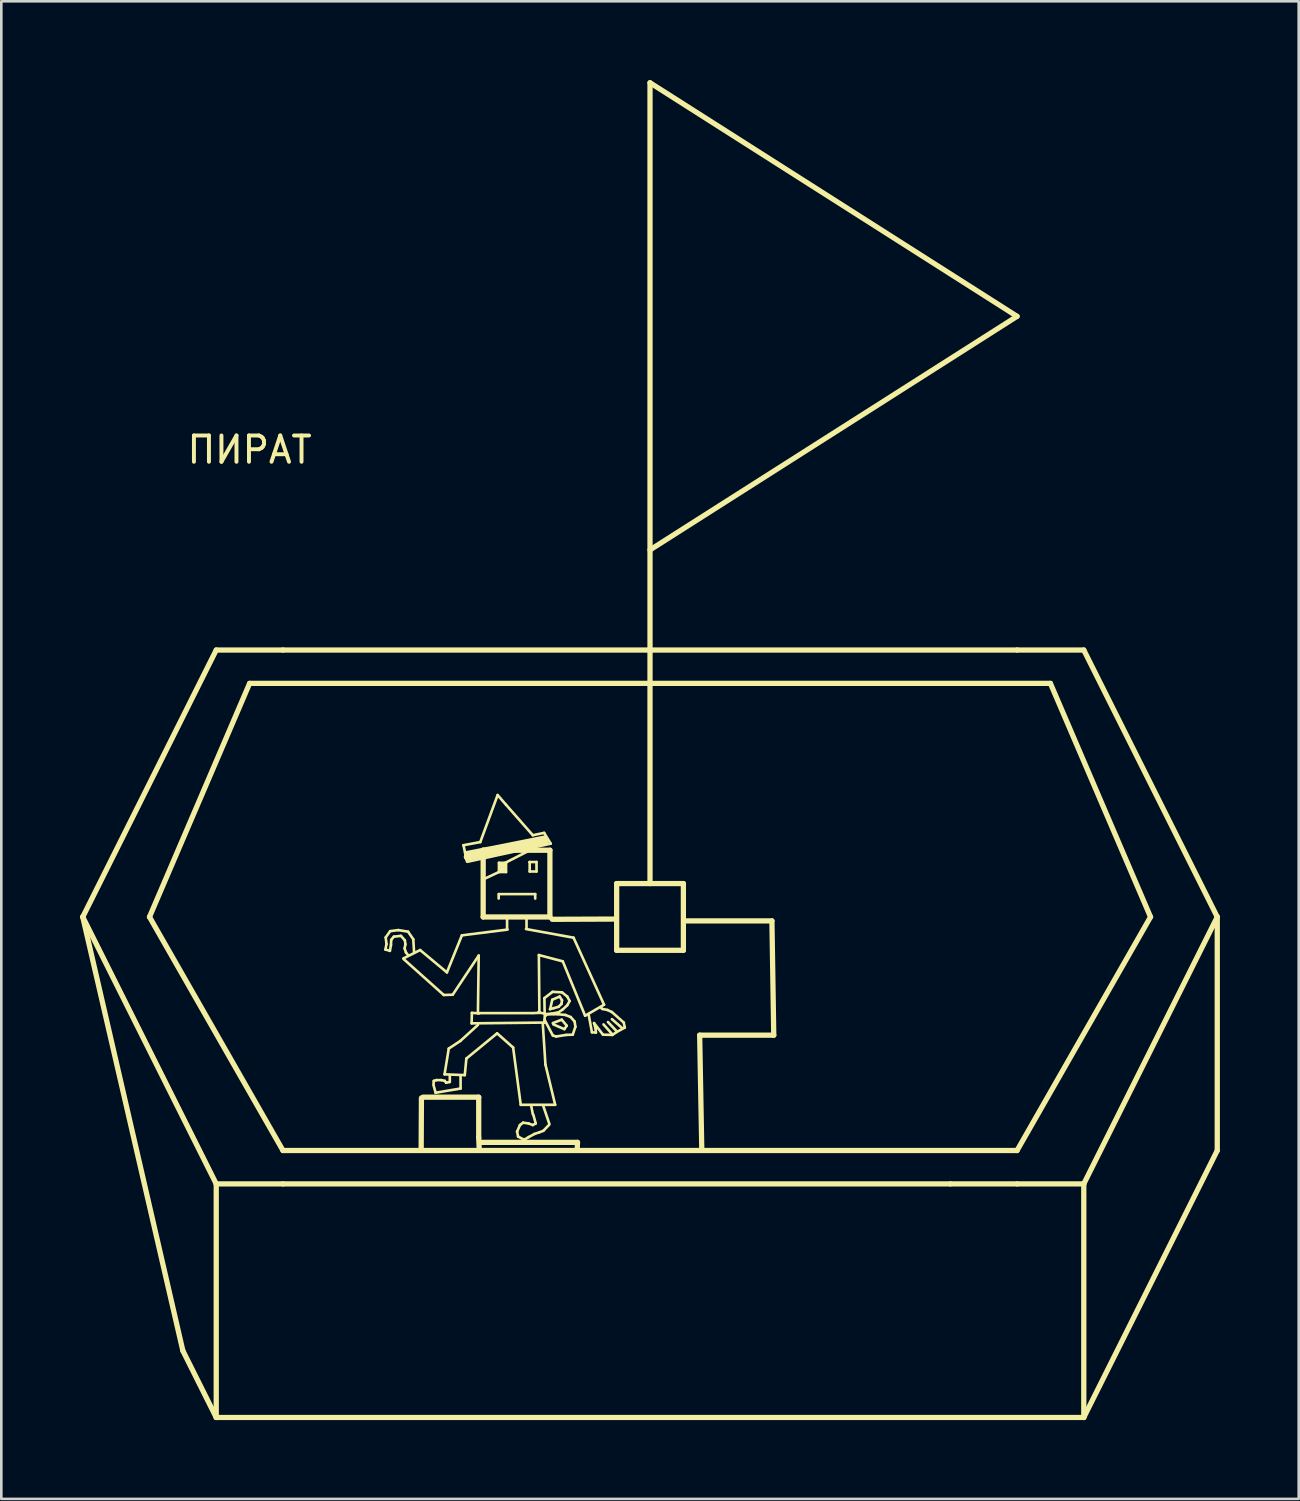
<source format=kicad_pcb>
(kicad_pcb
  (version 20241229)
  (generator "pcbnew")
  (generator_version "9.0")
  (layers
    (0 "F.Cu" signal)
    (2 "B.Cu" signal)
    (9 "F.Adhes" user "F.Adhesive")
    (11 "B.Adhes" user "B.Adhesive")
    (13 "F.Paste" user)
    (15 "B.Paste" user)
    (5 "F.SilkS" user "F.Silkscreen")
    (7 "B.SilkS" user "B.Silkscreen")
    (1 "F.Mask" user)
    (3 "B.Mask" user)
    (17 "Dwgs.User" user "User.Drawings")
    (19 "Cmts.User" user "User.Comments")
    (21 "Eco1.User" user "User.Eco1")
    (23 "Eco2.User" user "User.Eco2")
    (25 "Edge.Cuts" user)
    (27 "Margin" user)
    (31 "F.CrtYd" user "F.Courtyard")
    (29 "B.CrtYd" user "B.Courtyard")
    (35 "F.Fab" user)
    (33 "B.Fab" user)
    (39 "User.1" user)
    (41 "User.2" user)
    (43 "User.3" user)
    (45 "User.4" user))
  (footprint "ПИРАТ"
    (layer "F.Cu")
    (at 11.53 24.23)
    (property "Reference" "ПИРАТ" (at -5.08 -10.16 0) (layer "F.SilkS") (effects (font (size 1 1) (thickness 0.15))))
    (attr through_hole)
    (fp_line (start -11.43 7.62) (end -7.62 24.13) (stroke (width 0.2) (type solid)) (layer "F.SilkS"))
    (fp_line (start -11.43 7.62) (end -6.35 -2.54) (stroke (width 0.2) (type solid)) (layer "F.SilkS"))
    (fp_line (start -11.43 7.62) (end -6.35 17.78) (stroke (width 0.2) (type solid)) (layer "F.SilkS"))
    (fp_line (start -8.89 7.62) (end -5.08 -1.27) (stroke (width 0.2) (type solid)) (layer "F.SilkS"))
    (fp_line (start -7.62 24.13) (end -6.35 26.67) (stroke (width 0.2) (type solid)) (layer "F.SilkS"))
    (fp_line (start -6.35 17.78) (end -3.81 17.78) (stroke (width 0.2) (type solid)) (layer "F.SilkS"))
    (fp_line (start -6.35 26.67) (end -6.35 17.78) (stroke (width 0.2) (type solid)) (layer "F.SilkS"))
    (fp_line (start -6.35 26.67) (end 26.67 26.67) (stroke (width 0.2) (type solid)) (layer "F.SilkS"))
    (fp_line (start -5.08 -1.27) (end 25.4 -1.27) (stroke (width 0.2) (type solid)) (layer "F.SilkS"))
    (fp_line (start -3.81 -2.54) (end -6.35 -2.54) (stroke (width 0.2) (type solid)) (layer "F.SilkS"))
    (fp_line (start -3.81 16.51) (end -8.89 7.62) (stroke (width 0.2) (type solid)) (layer "F.SilkS"))
    (fp_line (start 0.09 8.86) (end 0.26 8.91) (stroke (width 0.1) (type solid)) (layer "F.SilkS"))
    (fp_line (start 0.1 8.4) (end 0.13 8.65) (stroke (width 0.1) (type solid)) (layer "F.SilkS"))
    (fp_line (start 0.13 8.65) (end 0.09 8.86) (stroke (width 0.1) (type solid)) (layer "F.SilkS"))
    (fp_line (start 0.26 8.91) (end 0.3 8.69) (stroke (width 0.1) (type solid)) (layer "F.SilkS"))
    (fp_line (start 0.27 8.16) (end 0.1 8.4) (stroke (width 0.1) (type solid)) (layer "F.SilkS"))
    (fp_line (start 0.3 8.69) (end 0.31 8.49) (stroke (width 0.1) (type solid)) (layer "F.SilkS"))
    (fp_line (start 0.31 8.49) (end 0.41 8.37) (stroke (width 0.1) (type solid)) (layer "F.SilkS"))
    (fp_line (start 0.41 8.37) (end 0.68 8.34) (stroke (width 0.1) (type solid)) (layer "F.SilkS"))
    (fp_line (start 0.58 8.12) (end 0.27 8.16) (stroke (width 0.1) (type solid)) (layer "F.SilkS"))
    (fp_line (start 0.68 8.34) (end 0.83 8.51) (stroke (width 0.1) (type solid)) (layer "F.SilkS"))
    (fp_line (start 0.79 9.23) (end 2.31 10.59) (stroke (width 0.1) (type solid)) (layer "F.SilkS"))
    (fp_line (start 0.82 8.82) (end 0.87 8.97) (stroke (width 0.1) (type solid)) (layer "F.SilkS"))
    (fp_line (start 0.83 8.51) (end 0.85 8.66) (stroke (width 0.1) (type solid)) (layer "F.SilkS"))
    (fp_line (start 0.85 8.66) (end 0.82 8.82) (stroke (width 0.1) (type solid)) (layer "F.SilkS"))
    (fp_line (start 0.87 8.97) (end 0.95 9.07) (stroke (width 0.1) (type solid)) (layer "F.SilkS"))
    (fp_line (start 0.95 8.18) (end 0.58 8.12) (stroke (width 0.1) (type solid)) (layer "F.SilkS"))
    (fp_line (start 1.15 8.47) (end 0.95 8.18) (stroke (width 0.1) (type solid)) (layer "F.SilkS"))
    (fp_line (start 1.18 8.97) (end 1.15 8.47) (stroke (width 0.1) (type solid)) (layer "F.SilkS"))
    (fp_line (start 1.41 8.88) (end 0.77 9.2) (stroke (width 0.1) (type solid)) (layer "F.SilkS"))
    (fp_line (start 1.46 14.51) (end 1.45 16.48) (stroke (width 0.2) (type solid)) (layer "F.SilkS"))
    (fp_line (start 1.52 14.48) (end 3.64 14.48) (stroke (width 0.2) (type solid)) (layer "F.SilkS"))
    (fp_line (start 1.92 13.98) (end 1.93 13.86) (stroke (width 0.1) (type solid)) (layer "F.SilkS"))
    (fp_line (start 1.93 13.86) (end 2.03 13.83) (stroke (width 0.1) (type solid)) (layer "F.SilkS"))
    (fp_line (start 2 14.31) (end 1.92 14.02) (stroke (width 0.1) (type solid)) (layer "F.SilkS"))
    (fp_line (start 2.03 13.83) (end 2.22 13.83) (stroke (width 0.1) (type solid)) (layer "F.SilkS"))
    (fp_line (start 2.22 13.83) (end 2.35 13.86) (stroke (width 0.1) (type solid)) (layer "F.SilkS"))
    (fp_line (start 2.31 10.59) (end 2.65 10.58) (stroke (width 0.1) (type solid)) (layer "F.SilkS"))
    (fp_line (start 2.34 13.61) (end 3.11 13.64) (stroke (width 0.1) (type solid)) (layer "F.SilkS"))
    (fp_line (start 2.35 13.86) (end 2.4 13.93) (stroke (width 0.1) (type solid)) (layer "F.SilkS"))
    (fp_line (start 2.4 13.93) (end 2.54 13.9) (stroke (width 0.1) (type solid)) (layer "F.SilkS"))
    (fp_line (start 2.43 9.73) (end 1.41 8.88) (stroke (width 0.1) (type solid)) (layer "F.SilkS"))
    (fp_line (start 2.5 12.63) (end 2.34 13.61) (stroke (width 0.1) (type solid)) (layer "F.SilkS"))
    (fp_line (start 2.54 13.9) (end 2.54 13.67) (stroke (width 0.1) (type solid)) (layer "F.SilkS"))
    (fp_line (start 2.65 10.58) (end 3.64 9.09) (stroke (width 0.1) (type solid)) (layer "F.SilkS"))
    (fp_line (start 2.94 12.34) (end 2.5 12.63) (stroke (width 0.1) (type solid)) (layer "F.SilkS"))
    (fp_line (start 2.95 13.68) (end 2.95 14.15) (stroke (width 0.1) (type solid)) (layer "F.SilkS"))
    (fp_line (start 2.95 14.15) (end 2 14.31) (stroke (width 0.1) (type solid)) (layer "F.SilkS"))
    (fp_line (start 3 8.32) (end 2.43 9.73) (stroke (width 0.1) (type solid)) (layer "F.SilkS"))
    (fp_line (start 3.06 4.89) (end 3.19 5.5) (stroke (width 0.1) (type solid)) (layer "F.SilkS"))
    (fp_line (start 3.11 13.64) (end 3.17 13.01) (stroke (width 0.1) (type solid)) (layer "F.SilkS"))
    (fp_line (start 3.12 5.17) (end 6.18 4.56) (stroke (width 0.1) (type solid)) (layer "F.SilkS"))
    (fp_line (start 3.17 13.01) (end 4.34 12.05) (stroke (width 0.1) (type solid)) (layer "F.SilkS"))
    (fp_line (start 3.21 5.52) (end 6.38 4.83) (stroke (width 0.1) (type solid)) (layer "F.SilkS"))
    (fp_line (start 3.22 5.33) (end 6.17 4.71) (stroke (width 0.3) (type solid)) (layer "F.SilkS"))
    (fp_line (start 3.37 11.67) (end 6.14 11.64) (stroke (width 0.1) (type solid)) (layer "F.SilkS"))
    (fp_line (start 3.38 11.27) (end 3.37 11.67) (stroke (width 0.1) (type solid)) (layer "F.SilkS"))
    (fp_line (start 3.61 11.28) (end 5.67 11.28) (stroke (width 0.1) (type solid)) (layer "F.SilkS"))
    (fp_line (start 3.61 11.73) (end 2.94 12.34) (stroke (width 0.1) (type solid)) (layer "F.SilkS"))
    (fp_line (start 3.64 9.09) (end 3.61 11.28) (stroke (width 0.1) (type solid)) (layer "F.SilkS"))
    (fp_line (start 3.64 14.48) (end 3.64 16.02) (stroke (width 0.2) (type solid)) (layer "F.SilkS"))
    (fp_line (start 3.64 16.02) (end 3.66 16.46) (stroke (width 0.2) (type solid)) (layer "F.SilkS"))
    (fp_line (start 3.66 11.29) (end 3.38 11.27) (stroke (width 0.1) (type solid)) (layer "F.SilkS"))
    (fp_line (start 3.7 4.77) (end 3.06 4.89) (stroke (width 0.1) (type solid)) (layer "F.SilkS"))
    (fp_line (start 3.71 16.2) (end 7.4 16.2) (stroke (width 0.2) (type solid)) (layer "F.SilkS"))
    (fp_line (start 3.81 5.08) (end 3.81 7.62) (stroke (width 0.2) (type solid)) (layer "F.SilkS"))
    (fp_line (start 3.81 7.62) (end 6.35 7.62) (stroke (width 0.2) (type solid)) (layer "F.SilkS"))
    (fp_line (start 4.34 12.05) (end 4.95 12.59) (stroke (width 0.1) (type solid)) (layer "F.SilkS"))
    (fp_line (start 4.36 2.98) (end 3.7 4.77) (stroke (width 0.1) (type solid)) (layer "F.SilkS"))
    (fp_line (start 4.4 6.75) (end 4.4 6.92) (stroke (width 0.1) (type solid)) (layer "F.SilkS"))
    (fp_line (start 4.41 5.56) (end 4.41 5.91) (stroke (width 0.1) (type solid)) (layer "F.SilkS"))
    (fp_line (start 4.41 5.91) (end 3.77 6.21) (stroke (width 0.1) (type solid)) (layer "F.SilkS"))
    (fp_line (start 4.41 5.91) (end 4.68 5.91) (stroke (width 0.1) (type solid)) (layer "F.SilkS"))
    (fp_line (start 4.41 6.75) (end 5.79 6.75) (stroke (width 0.1) (type solid)) (layer "F.SilkS"))
    (fp_line (start 4.48 5.6) (end 4.49 5.83) (stroke (width 0.1) (type solid)) (layer "F.SilkS"))
    (fp_line (start 4.49 5.83) (end 4.57 5.63) (stroke (width 0.1) (type solid)) (layer "F.SilkS"))
    (fp_line (start 4.51 5.85) (end 4.63 5.61) (stroke (width 0.1) (type solid)) (layer "F.SilkS"))
    (fp_line (start 4.57 5.63) (end 4.6 5.83) (stroke (width 0.1) (type solid)) (layer "F.SilkS"))
    (fp_line (start 4.6 5.83) (end 4.51 5.85) (stroke (width 0.1) (type solid)) (layer "F.SilkS"))
    (fp_line (start 4.61 5.58) (end 5.53 5.11) (stroke (width 0.1) (type solid)) (layer "F.SilkS"))
    (fp_line (start 4.68 3.35) (end 4.36 2.98) (stroke (width 0.1) (type solid)) (layer "F.SilkS"))
    (fp_line (start 4.68 5.56) (end 4.41 5.56) (stroke (width 0.1) (type solid)) (layer "F.SilkS"))
    (fp_line (start 4.68 5.91) (end 4.68 5.56) (stroke (width 0.1) (type solid)) (layer "F.SilkS"))
    (fp_line (start 4.72 7.65) (end 4.72 8.06) (stroke (width 0.1) (type solid)) (layer "F.SilkS"))
    (fp_line (start 4.74 8.1) (end 3 8.32) (stroke (width 0.1) (type solid)) (layer "F.SilkS"))
    (fp_line (start 4.95 12.59) (end 5.24 14.77) (stroke (width 0.1) (type solid)) (layer "F.SilkS"))
    (fp_line (start 5.1 15.79) (end 5.21 15.54) (stroke (width 0.1) (type solid)) (layer "F.SilkS"))
    (fp_line (start 5.14 15.98) (end 5.1 15.79) (stroke (width 0.1) (type solid)) (layer "F.SilkS"))
    (fp_line (start 5.21 15.54) (end 5.33 15.45) (stroke (width 0.1) (type solid)) (layer "F.SilkS"))
    (fp_line (start 5.24 14.77) (end 6.55 14.77) (stroke (width 0.1) (type solid)) (layer "F.SilkS"))
    (fp_line (start 5.33 15.45) (end 5.54 15.48) (stroke (width 0.1) (type solid)) (layer "F.SilkS"))
    (fp_line (start 5.37 16.1) (end 5.14 15.98) (stroke (width 0.1) (type solid)) (layer "F.SilkS"))
    (fp_line (start 5.44 8.08) (end 7.25 8.41) (stroke (width 0.1) (type solid)) (layer "F.SilkS"))
    (fp_line (start 5.46 7.64) (end 5.46 8.06) (stroke (width 0.1) (type solid)) (layer "F.SilkS"))
    (fp_line (start 5.54 15.48) (end 5.7 15.54) (stroke (width 0.1) (type solid)) (layer "F.SilkS"))
    (fp_line (start 5.54 16) (end 5.37 16.1) (stroke (width 0.1) (type solid)) (layer "F.SilkS"))
    (fp_line (start 5.58 5.53) (end 5.58 5.89) (stroke (width 0.1) (type solid)) (layer "F.SilkS"))
    (fp_line (start 5.58 5.89) (end 5.84 5.89) (stroke (width 0.1) (type solid)) (layer "F.SilkS"))
    (fp_line (start 5.7 4.51) (end 4.68 3.35) (stroke (width 0.1) (type solid)) (layer "F.SilkS"))
    (fp_line (start 5.7 15.13) (end 5.64 14.82) (stroke (width 0.1) (type solid)) (layer "F.SilkS"))
    (fp_line (start 5.7 15.54) (end 5.81 15.48) (stroke (width 0.1) (type solid)) (layer "F.SilkS"))
    (fp_line (start 5.76 15.88) (end 5.54 16) (stroke (width 0.1) (type solid)) (layer "F.SilkS"))
    (fp_line (start 5.79 6.75) (end 5.79 6.92) (stroke (width 0.1) (type solid)) (layer "F.SilkS"))
    (fp_line (start 5.81 15.48) (end 5.72 15.15) (stroke (width 0.1) (type solid)) (layer "F.SilkS"))
    (fp_line (start 5.84 5.53) (end 5.57 5.53) (stroke (width 0.1) (type solid)) (layer "F.SilkS"))
    (fp_line (start 5.84 5.89) (end 5.84 5.53) (stroke (width 0.1) (type solid)) (layer "F.SilkS"))
    (fp_line (start 5.93 9.07) (end 5.95 11.27) (stroke (width 0.1) (type solid)) (layer "F.SilkS"))
    (fp_line (start 5.94 15.82) (end 5.76 15.88) (stroke (width 0.1) (type solid)) (layer "F.SilkS"))
    (fp_line (start 5.95 11.27) (end 5.7 11.28) (stroke (width 0.1) (type solid)) (layer "F.SilkS"))
    (fp_line (start 6.1 14.82) (end 6.33 15.5) (stroke (width 0.1) (type solid)) (layer "F.SilkS"))
    (fp_line (start 6.1 15.76) (end 5.94 15.82) (stroke (width 0.1) (type solid)) (layer "F.SilkS"))
    (fp_line (start 6.13 4.42) (end 5.7 4.51) (stroke (width 0.1) (type solid)) (layer "F.SilkS"))
    (fp_line (start 6.14 10.71) (end 6.45 10.47) (stroke (width 0.1) (type solid)) (layer "F.SilkS"))
    (fp_line (start 6.14 11.64) (end 6.16 11.3) (stroke (width 0.1) (type solid)) (layer "F.SilkS"))
    (fp_line (start 6.15 11.31) (end 6.14 10.71) (stroke (width 0.1) (type solid)) (layer "F.SilkS"))
    (fp_line (start 6.15 11.54) (end 6.46 12.13) (stroke (width 0.1) (type solid)) (layer "F.SilkS"))
    (fp_line (start 6.16 11.3) (end 5.9 11.25) (stroke (width 0.1) (type solid)) (layer "F.SilkS"))
    (fp_line (start 6.18 13.24) (end 6.08 11.7) (stroke (width 0.1) (type solid)) (layer "F.SilkS"))
    (fp_line (start 6.19 11.37) (end 6.19 11.35) (stroke (width 0.1) (type solid)) (layer "F.SilkS"))
    (fp_line (start 6.22 11.33) (end 6.19 11.37) (stroke (width 0.1) (type solid)) (layer "F.SilkS"))
    (fp_line (start 6.32 15.53) (end 6.1 15.76) (stroke (width 0.1) (type solid)) (layer "F.SilkS"))
    (fp_line (start 6.35 5.08) (end 3.81 5.08) (stroke (width 0.2) (type solid)) (layer "F.SilkS"))
    (fp_line (start 6.35 7.62) (end 6.35 5.08) (stroke (width 0.2) (type solid)) (layer "F.SilkS"))
    (fp_line (start 6.36 11.13) (end 6.44 10.77) (stroke (width 0.1) (type solid)) (layer "F.SilkS"))
    (fp_line (start 6.38 4.83) (end 6.13 4.42) (stroke (width 0.1) (type solid)) (layer "F.SilkS"))
    (fp_line (start 6.41 11.3) (end 6.17 11.32) (stroke (width 0.1) (type solid)) (layer "F.SilkS"))
    (fp_line (start 6.44 10.77) (end 6.72 10.65) (stroke (width 0.1) (type solid)) (layer "F.SilkS"))
    (fp_line (start 6.45 10.47) (end 6.81 10.49) (stroke (width 0.1) (type solid)) (layer "F.SilkS"))
    (fp_line (start 6.46 12.13) (end 6.59 12.17) (stroke (width 0.1) (type solid)) (layer "F.SilkS"))
    (fp_line (start 6.48 11.71) (end 6.9 11.89) (stroke (width 0.1) (type solid)) (layer "F.SilkS"))
    (fp_line (start 6.5 11.09) (end 6.35 11.13) (stroke (width 0.1) (type solid)) (layer "F.SilkS"))
    (fp_line (start 6.5 11.32) (end 6.22 11.33) (stroke (width 0.1) (type solid)) (layer "F.SilkS"))
    (fp_line (start 6.55 14.77) (end 6.18 13.24) (stroke (width 0.1) (type solid)) (layer "F.SilkS"))
    (fp_line (start 6.59 12.17) (end 6.97 12.11) (stroke (width 0.1) (type solid)) (layer "F.SilkS"))
    (fp_line (start 6.63 11.32) (end 6.5 11.32) (stroke (width 0.1) (type solid)) (layer "F.SilkS"))
    (fp_line (start 6.68 11.04) (end 6.5 11.09) (stroke (width 0.1) (type solid)) (layer "F.SilkS"))
    (fp_line (start 6.68 11.25) (end 6.41 11.3) (stroke (width 0.1) (type solid)) (layer "F.SilkS"))
    (fp_line (start 6.72 10.65) (end 6.81 10.79) (stroke (width 0.1) (type solid)) (layer "F.SilkS"))
    (fp_line (start 6.79 10.93) (end 6.68 11.04) (stroke (width 0.1) (type solid)) (layer "F.SilkS"))
    (fp_line (start 6.8 11.53) (end 6.46 11.66) (stroke (width 0.1) (type solid)) (layer "F.SilkS"))
    (fp_line (start 6.81 10.49) (end 7.01 10.65) (stroke (width 0.1) (type solid)) (layer "F.SilkS"))
    (fp_line (start 6.81 10.79) (end 6.79 10.93) (stroke (width 0.1) (type solid)) (layer "F.SilkS"))
    (fp_line (start 6.84 9.31) (end 5.93 9.07) (stroke (width 0.1) (type solid)) (layer "F.SilkS"))
    (fp_line (start 6.84 11.14) (end 6.68 11.25) (stroke (width 0.1) (type solid)) (layer "F.SilkS"))
    (fp_line (start 6.9 11.89) (end 6.99 11.76) (stroke (width 0.1) (type solid)) (layer "F.SilkS"))
    (fp_line (start 6.94 11.35) (end 6.63 11.32) (stroke (width 0.1) (type solid)) (layer "F.SilkS"))
    (fp_line (start 6.97 12.11) (end 7.22 12.1) (stroke (width 0.1) (type solid)) (layer "F.SilkS"))
    (fp_line (start 6.99 11.76) (end 6.8 11.53) (stroke (width 0.1) (type solid)) (layer "F.SilkS"))
    (fp_line (start 7.01 10.65) (end 7.1 10.82) (stroke (width 0.1) (type solid)) (layer "F.SilkS"))
    (fp_line (start 7.01 10.98) (end 6.84 11.14) (stroke (width 0.1) (type solid)) (layer "F.SilkS"))
    (fp_line (start 7.1 10.82) (end 7.01 10.98) (stroke (width 0.1) (type solid)) (layer "F.SilkS"))
    (fp_line (start 7.14 11.43) (end 6.94 11.35) (stroke (width 0.1) (type solid)) (layer "F.SilkS"))
    (fp_line (start 7.22 12.1) (end 7.32 11.8) (stroke (width 0.1) (type solid)) (layer "F.SilkS"))
    (fp_line (start 7.25 8.41) (end 8.41 10.96) (stroke (width 0.1) (type solid)) (layer "F.SilkS"))
    (fp_line (start 7.29 11.6) (end 7.14 11.43) (stroke (width 0.1) (type solid)) (layer "F.SilkS"))
    (fp_line (start 7.32 11.8) (end 7.29 11.6) (stroke (width 0.1) (type solid)) (layer "F.SilkS"))
    (fp_line (start 7.4 16.2) (end 7.39 16.46) (stroke (width 0.2) (type solid)) (layer "F.SilkS"))
    (fp_line (start 7.69 11.38) (end 6.84 9.31) (stroke (width 0.1) (type solid)) (layer "F.SilkS"))
    (fp_line (start 7.82 11.31) (end 7.95 12.01) (stroke (width 0.1) (type solid)) (layer "F.SilkS"))
    (fp_line (start 7.95 12.01) (end 8.1 12.02) (stroke (width 0.1) (type solid)) (layer "F.SilkS"))
    (fp_line (start 8.03 11.66) (end 8.37 12.1) (stroke (width 0.1) (type solid)) (layer "F.SilkS"))
    (fp_line (start 8.09 11.88) (end 8.03 11.66) (stroke (width 0.1) (type solid)) (layer "F.SilkS"))
    (fp_line (start 8.1 12.02) (end 8.09 11.88) (stroke (width 0.1) (type solid)) (layer "F.SilkS"))
    (fp_line (start 8.34 11.12) (end 8.3 11.08) (stroke (width 0.1) (type solid)) (layer "F.SilkS"))
    (fp_line (start 8.37 12.1) (end 8.73 12.11) (stroke (width 0.1) (type solid)) (layer "F.SilkS"))
    (fp_line (start 8.39 11.71) (end 8.71 12.07) (stroke (width 0.1) (type solid)) (layer "F.SilkS"))
    (fp_line (start 8.41 10.96) (end 7.69 11.38) (stroke (width 0.1) (type solid)) (layer "F.SilkS"))
    (fp_line (start 8.54 11.16) (end 8.34 11.12) (stroke (width 0.1) (type solid)) (layer "F.SilkS"))
    (fp_line (start 8.56 11.62) (end 8.89 11.97) (stroke (width 0.1) (type solid)) (layer "F.SilkS"))
    (fp_line (start 8.71 11.24) (end 8.54 11.16) (stroke (width 0.1) (type solid)) (layer "F.SilkS"))
    (fp_line (start 8.71 11.51) (end 9.1 11.85) (stroke (width 0.1) (type solid)) (layer "F.SilkS"))
    (fp_line (start 8.73 12.11) (end 8.89 12) (stroke (width 0.1) (type solid)) (layer "F.SilkS"))
    (fp_line (start 8.85 7.7) (end 6.44 7.71) (stroke (width 0.2) (type solid)) (layer "F.SilkS"))
    (fp_line (start 8.89 6.35) (end 11.43 6.35) (stroke (width 0.2) (type solid)) (layer "F.SilkS"))
    (fp_line (start 8.89 8.89) (end 8.89 6.35) (stroke (width 0.2) (type solid)) (layer "F.SilkS"))
    (fp_line (start 8.89 12) (end 9.2 11.83) (stroke (width 0.1) (type solid)) (layer "F.SilkS"))
    (fp_line (start 9.16 11.64) (end 8.71 11.24) (stroke (width 0.1) (type solid)) (layer "F.SilkS"))
    (fp_line (start 9.2 11.83) (end 9.16 11.64) (stroke (width 0.1) (type solid)) (layer "F.SilkS"))
    (fp_line (start 10.16 -24.13) (end 24.13 -15.24) (stroke (width 0.2) (type solid)) (layer "F.SilkS"))
    (fp_line (start 10.16 6.35) (end 10.16 -24.13) (stroke (width 0.2) (type solid)) (layer "F.SilkS"))
    (fp_line (start 11.43 6.35) (end 11.43 8.89) (stroke (width 0.2) (type solid)) (layer "F.SilkS"))
    (fp_line (start 11.43 8.89) (end 8.89 8.89) (stroke (width 0.2) (type solid)) (layer "F.SilkS"))
    (fp_line (start 11.48 7.77) (end 14.8 7.77) (stroke (width 0.2) (type solid)) (layer "F.SilkS"))
    (fp_line (start 12.05 12.12) (end 12.13 16.46) (stroke (width 0.2) (type solid)) (layer "F.SilkS"))
    (fp_line (start 14.8 7.77) (end 14.87 12.12) (stroke (width 0.2) (type solid)) (layer "F.SilkS"))
    (fp_line (start 14.87 12.12) (end 12.05 12.12) (stroke (width 0.2) (type solid)) (layer "F.SilkS"))
    (fp_line (start 21.59 17.78) (end -3.81 17.78) (stroke (width 0.2) (type solid)) (layer "F.SilkS"))
    (fp_line (start 21.59 17.78) (end 24.13 17.78) (stroke (width 0.2) (type solid)) (layer "F.SilkS"))
    (fp_line (start 24.13 -15.24) (end 10.16 -6.35) (stroke (width 0.2) (type solid)) (layer "F.SilkS"))
    (fp_line (start 24.13 -2.54) (end -3.81 -2.54) (stroke (width 0.2) (type solid)) (layer "F.SilkS"))
    (fp_line (start 24.13 16.51) (end -3.81 16.51) (stroke (width 0.2) (type solid)) (layer "F.SilkS"))
    (fp_line (start 25.4 -1.27) (end 29.21 7.62) (stroke (width 0.2) (type solid)) (layer "F.SilkS"))
    (fp_line (start 26.67 -2.54) (end 24.13 -2.54) (stroke (width 0.2) (type solid)) (layer "F.SilkS"))
    (fp_line (start 26.67 17.78) (end 24.13 17.78) (stroke (width 0.2) (type solid)) (layer "F.SilkS"))
    (fp_line (start 26.67 26.67) (end 26.67 17.78) (stroke (width 0.2) (type solid)) (layer "F.SilkS"))
    (fp_line (start 29.21 7.62) (end 24.13 16.51) (stroke (width 0.2) (type solid)) (layer "F.SilkS"))
    (fp_line (start 31.75 7.62) (end 26.67 -2.54) (stroke (width 0.2) (type solid)) (layer "F.SilkS"))
    (fp_line (start 31.75 7.62) (end 26.67 17.78) (stroke (width 0.2) (type solid)) (layer "F.SilkS"))
    (fp_line (start 31.75 7.62) (end 31.75 16.51) (stroke (width 0.2) (type solid)) (layer "F.SilkS"))
    (fp_line (start 31.75 16.51) (end 26.67 26.67) (stroke (width 0.2) (type solid)) (layer "F.SilkS")))
  (gr_rect
    (start -3 -3)
    (end 46.38 54)
    (stroke (width 0.1) (type default))
    (fill no)
    (layer "Edge.Cuts")))
</source>
